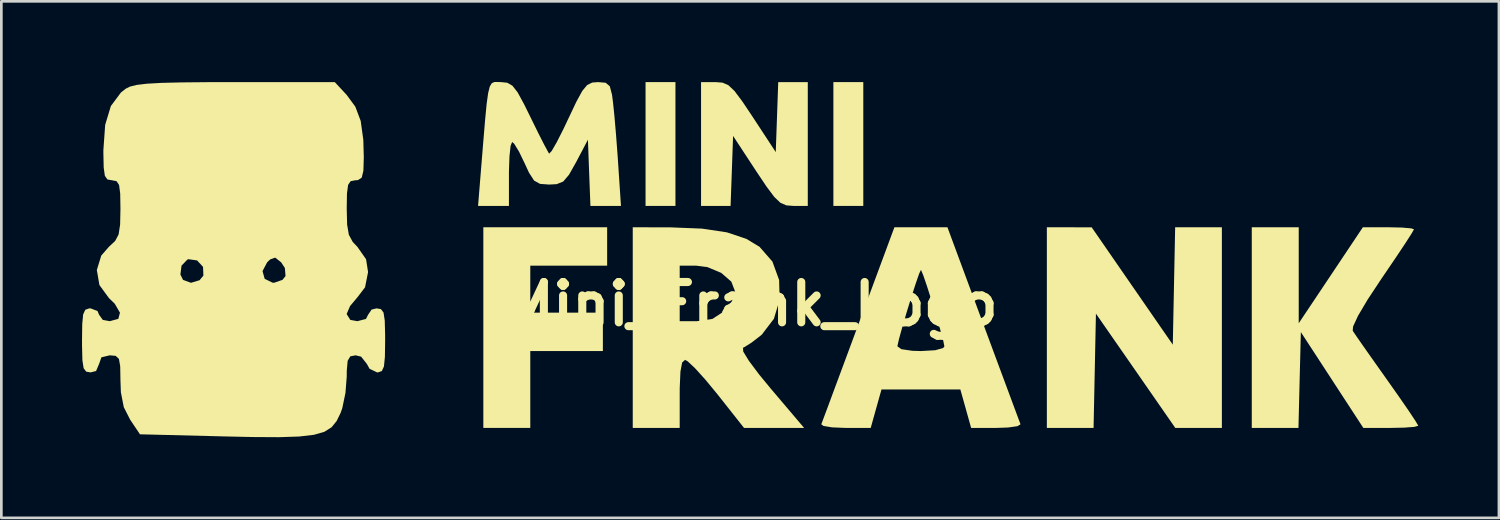
<source format=kicad_pcb>
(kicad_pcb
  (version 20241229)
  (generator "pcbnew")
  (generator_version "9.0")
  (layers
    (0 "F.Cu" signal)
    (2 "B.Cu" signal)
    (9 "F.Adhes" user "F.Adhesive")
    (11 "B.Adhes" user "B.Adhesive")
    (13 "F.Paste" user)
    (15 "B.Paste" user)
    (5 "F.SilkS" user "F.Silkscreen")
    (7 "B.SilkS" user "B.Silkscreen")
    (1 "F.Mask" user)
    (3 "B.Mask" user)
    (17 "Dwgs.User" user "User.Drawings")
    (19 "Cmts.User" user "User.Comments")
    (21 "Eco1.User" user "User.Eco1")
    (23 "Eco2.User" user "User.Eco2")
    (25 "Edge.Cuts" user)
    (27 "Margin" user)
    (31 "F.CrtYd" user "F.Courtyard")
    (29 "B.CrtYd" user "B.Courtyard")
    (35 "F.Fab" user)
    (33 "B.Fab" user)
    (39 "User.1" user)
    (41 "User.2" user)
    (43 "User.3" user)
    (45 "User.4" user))
  (footprint "Mini_Frank_Logo"
    (layer "F.Cu")
    (at 24.924 8.258)
    (property "Reference" "Mini_Frank_Logo" (at 0 0 0) (layer "F.SilkS") (effects (font (size 1.5 1.5) (thickness 0.3))))
    (attr board_only exclude_from_pos_files exclude_from_bom)
    (fp_poly (pts (xy -2.857 -5.953) (xy -2.857 -3.651) (xy -3.413 -3.651) (xy -3.969 -3.651) (xy -3.969 -5.953) (xy -3.969 -8.255) (xy -3.413 -8.255) (xy -2.857 -8.255)) (stroke (width 0) (type solid)) (fill yes) (layer "F.SilkS"))
    (fp_poly (pts (xy 4.128 -5.953) (xy 4.128 -3.651) (xy 3.572 -3.651) (xy 3.016 -3.651) (xy 3.016 -5.953) (xy 3.016 -8.255) (xy 3.572 -8.255) (xy 4.128 -8.255)) (stroke (width 0) (type solid)) (fill yes) (layer "F.SilkS"))
    (fp_poly (pts (xy -5.397 -2.143) (xy -5.397 -1.429) (xy -6.826 -1.429) (xy -8.255 -1.429) (xy -8.255 -0.556) (xy -8.255 0.318) (xy -6.906 0.318) (xy -5.556 0.318) (xy -5.556 1.032) (xy -5.556 1.746) (xy -6.906 1.746) (xy -8.255 1.746) (xy -8.255 3.175) (xy -8.255 4.604) (xy -9.128 4.604) (xy -10.001 4.604) (xy -10.001 0.873) (xy -10.001 -2.857) (xy -7.699 -2.857) (xy -5.397 -2.857)) (stroke (width 0) (type solid)) (fill yes) (layer "F.SilkS"))
    (fp_poly (pts (xy 17.462 0.873) (xy 17.462 4.604) (xy 16.596 4.604) (xy 15.729 4.604) (xy 14.254 2.479) (xy 12.779 0.355) (xy 12.735 2.479) (xy 12.691 4.604) (xy 11.822 4.604) (xy 10.954 4.604) (xy 10.954 0.873) (xy 10.954 -2.857) (xy 11.787 -2.856) (xy 12.621 -2.855) (xy 14.129 -0.673) (xy 15.637 1.508) (xy 15.681 -0.675) (xy 15.725 -2.857) (xy 16.594 -2.857) (xy 17.462 -2.857)) (stroke (width 0) (type solid)) (fill yes) (layer "F.SilkS"))
    (fp_poly (pts (xy -1.109 -8.235) (xy -0.89 -8.141) (xy -0.661 -7.924) (xy -0.369 -7.535) (xy 0.02 -6.954) (xy 0.873 -5.652) (xy 0.919 -6.954) (xy 0.965 -8.255) (xy 1.515 -8.255) (xy 2.064 -8.255) (xy 2.064 -5.953) (xy 2.064 -3.651) (xy 1.528 -3.651) (xy 1.267 -3.671) (xy 1.049 -3.765) (xy 0.82 -3.982) (xy 0.528 -4.372) (xy 0.139 -4.953) (xy -0.714 -6.254) (xy -0.76 -4.953) (xy -0.807 -3.651) (xy -1.356 -3.651) (xy -1.905 -3.651) (xy -1.905 -5.953) (xy -1.905 -8.255) (xy -1.369 -8.255)) (stroke (width 0) (type solid)) (fill yes) (layer "F.SilkS"))
    (fp_poly (pts (xy 20.32 -1.073) (xy 20.32 0.712) (xy 21.513 -1.073) (xy 22.705 -2.857) (xy 23.656 -2.857) (xy 24.158 -2.846) (xy 24.502 -2.816) (xy 24.606 -2.782) (xy 24.521 -2.631) (xy 24.289 -2.269) (xy 23.942 -1.747) (xy 23.513 -1.116) (xy 23.405 -0.958) (xy 22.885 -0.172) (xy 22.526 0.433) (xy 22.341 0.833) (xy 22.327 0.991) (xy 22.462 1.191) (xy 22.742 1.594) (xy 23.127 2.14) (xy 23.576 2.774) (xy 23.607 2.818) (xy 24.046 3.441) (xy 24.409 3.966) (xy 24.659 4.343) (xy 24.764 4.52) (xy 24.765 4.525) (xy 24.62 4.565) (xy 24.242 4.594) (xy 23.743 4.604) (xy 22.722 4.604) (xy 21.56 2.822) (xy 20.399 1.041) (xy 20.354 2.822) (xy 20.31 4.604) (xy 19.442 4.604) (xy 18.574 4.604) (xy 18.574 0.873) (xy 18.574 -2.857) (xy 19.447 -2.857) (xy 20.32 -2.857)) (stroke (width 0) (type solid)) (fill yes) (layer "F.SilkS"))
    (fp_poly (pts (xy -3.056 -2.854) (xy -1.872 -2.807) (xy -0.944 -2.668) (xy -0.221 -2.426) (xy 0.27 -2.13) (xy 0.749 -1.581) (xy 0.998 -0.896) (xy 1.017 -0.159) (xy 0.804 0.545) (xy 0.357 1.132) (xy 0.32 1.164) (xy -0.035 1.438) (xy -0.312 1.61) (xy -0.346 1.624) (xy -0.336 1.766) (xy -0.127 2.108) (xy 0.258 2.622) (xy 0.691 3.147) (xy 1.927 4.604) (xy 0.81 4.604) (xy -0.307 4.604) (xy -1.304 3.343) (xy -1.743 2.811) (xy -2.125 2.388) (xy -2.401 2.128) (xy -2.5 2.073) (xy -2.608 2.173) (xy -2.672 2.511) (xy -2.698 3.12) (xy -2.699 3.334) (xy -2.699 4.604) (xy -3.572 4.604) (xy -4.445 4.604) (xy -4.445 0.873) (xy -4.445 -0.397) (xy -2.699 -0.397) (xy -2.699 0.635) (xy -2.057 0.635) (xy -1.481 0.551) (xy -1.041 0.262) (xy -1.025 0.245) (xy -0.757 -0.109) (xy -0.636 -0.439) (xy -0.635 -0.458) (xy -0.779 -0.834) (xy -1.152 -1.159) (xy -1.666 -1.375) (xy -2.085 -1.429) (xy -2.699 -1.429) (xy -2.699 -0.397) (xy -4.445 -0.397) (xy -4.445 -2.857)) (stroke (width 0) (type solid)) (fill yes) (layer "F.SilkS"))
    (fp_poly (pts (xy 8.589 0.739) (xy 8.963 1.748) (xy 9.301 2.658) (xy 9.587 3.428) (xy 9.805 4.015) (xy 9.939 4.375) (xy 9.975 4.47) (xy 9.86 4.54) (xy 9.509 4.589) (xy 9.083 4.604) (xy 8.138 4.604) (xy 7.938 3.889) (xy 7.737 3.175) (xy 6.271 3.175) (xy 4.804 3.175) (xy 4.604 3.889) (xy 4.404 4.604) (xy 3.459 4.604) (xy 2.969 4.584) (xy 2.648 4.531) (xy 2.566 4.47) (xy 2.634 4.289) (xy 2.797 3.853) (xy 3.037 3.205) (xy 3.341 2.387) (xy 3.644 1.571) (xy 5.397 1.571) (xy 5.546 1.677) (xy 5.955 1.737) (xy 6.271 1.746) (xy 6.799 1.716) (xy 7.097 1.634) (xy 7.144 1.571) (xy 7.101 1.359) (xy 6.989 0.946) (xy 6.834 0.415) (xy 6.66 -0.153) (xy 6.493 -0.677) (xy 6.357 -1.074) (xy 6.277 -1.264) (xy 6.271 -1.27) (xy 6.205 -1.131) (xy 6.079 -0.768) (xy 5.915 -0.263) (xy 5.741 0.303) (xy 5.58 0.848) (xy 5.458 1.291) (xy 5.399 1.549) (xy 5.397 1.571) (xy 3.644 1.571) (xy 3.692 1.441) (xy 3.952 0.739) (xy 5.285 -2.857) (xy 6.271 -2.857) (xy 7.257 -2.857)) (stroke (width 0) (type solid)) (fill yes) (layer "F.SilkS"))
    (fp_poly (pts (xy -9.344 -8.255) (xy -9.11 -8.231) (xy -8.919 -8.121) (xy -8.725 -7.872) (xy -8.482 -7.426) (xy -8.254 -6.963) (xy -7.969 -6.383) (xy -7.734 -5.92) (xy -7.584 -5.642) (xy -7.553 -5.595) (xy -7.458 -5.695) (xy -7.267 -6.027) (xy -7.012 -6.531) (xy -6.844 -6.887) (xy -6.541 -7.526) (xy -6.321 -7.928) (xy -6.139 -8.147) (xy -5.952 -8.238) (xy -5.74 -8.255) (xy -5.453 -8.231) (xy -5.299 -8.102) (xy -5.216 -7.787) (xy -5.179 -7.501) (xy -5.127 -7) (xy -5.067 -6.301) (xy -5.008 -5.526) (xy -4.986 -5.199) (xy -4.883 -3.651) (xy -5.451 -3.651) (xy -6.019 -3.651) (xy -6.066 -4.882) (xy -6.112 -6.112) (xy -6.551 -5.278) (xy -6.816 -4.809) (xy -7.029 -4.559) (xy -7.274 -4.46) (xy -7.553 -4.445) (xy -7.891 -4.47) (xy -8.113 -4.592) (xy -8.303 -4.887) (xy -8.464 -5.235) (xy -8.676 -5.673) (xy -8.853 -5.962) (xy -8.93 -6.029) (xy -8.987 -5.885) (xy -9.029 -5.501) (xy -9.048 -4.954) (xy -9.049 -4.842) (xy -9.049 -3.651) (xy -9.623 -3.651) (xy -10.197 -3.651) (xy -10.097 -4.882) (xy -10.006 -5.999) (xy -9.936 -6.84) (xy -9.878 -7.442) (xy -9.822 -7.846) (xy -9.761 -8.091) (xy -9.686 -8.215) (xy -9.587 -8.258) (xy -9.456 -8.258)) (stroke (width 0) (type solid)) (fill yes) (layer "F.SilkS"))
    (fp_poly (pts (xy -15.087 -7.784) (xy -14.761 -7.342) (xy -14.561 -6.811) (xy -14.464 -6.108) (xy -14.446 -5.457) (xy -14.461 -4.959) (xy -14.523 -4.703) (xy -14.661 -4.611) (xy -14.764 -4.604) (xy -14.934 -4.572) (xy -15.03 -4.431) (xy -15.072 -4.111) (xy -15.081 -3.55) (xy -15.066 -2.955) (xy -15.001 -2.575) (xy -14.857 -2.311) (xy -14.684 -2.129) (xy -14.362 -1.669) (xy -14.287 -1.191) (xy -14.4 -0.623) (xy -14.684 -0.252) (xy -14.957 0.073) (xy -15.081 0.361) (xy -15.081 0.375) (xy -14.947 0.588) (xy -14.684 0.635) (xy -14.365 0.552) (xy -14.287 0.397) (xy -14.155 0.203) (xy -13.97 0.159) (xy -13.808 0.187) (xy -13.712 0.315) (xy -13.667 0.609) (xy -13.653 1.135) (xy -13.652 1.349) (xy -13.661 1.96) (xy -13.697 2.319) (xy -13.776 2.49) (xy -13.916 2.539) (xy -13.951 2.54) (xy -14.231 2.406) (xy -14.333 2.223) (xy -14.546 1.954) (xy -14.749 1.905) (xy -14.947 1.942) (xy -15.046 2.108) (xy -15.079 2.479) (xy -15.081 2.704) (xy -15.128 3.303) (xy -15.246 3.869) (xy -15.307 4.043) (xy -15.456 4.348) (xy -15.644 4.58) (xy -15.911 4.748) (xy -16.299 4.86) (xy -16.848 4.924) (xy -17.598 4.949) (xy -18.592 4.943) (xy -19.6 4.921) (xy -22.769 4.842) (xy -23.132 4.302) (xy -23.371 3.834) (xy -23.479 3.278) (xy -23.495 2.834) (xy -23.504 2.314) (xy -23.552 2.036) (xy -23.672 1.925) (xy -23.892 1.905) (xy -24.203 1.979) (xy -24.289 2.223) (xy -24.401 2.488) (xy -24.606 2.54) (xy -24.769 2.512) (xy -24.864 2.384) (xy -24.91 2.09) (xy -24.923 1.564) (xy -24.924 1.349) (xy -24.916 0.741) (xy -24.882 0.383) (xy -24.804 0.212) (xy -24.663 0.161) (xy -24.606 0.159) (xy -24.348 0.258) (xy -24.289 0.397) (xy -24.151 0.588) (xy -23.892 0.635) (xy -23.574 0.549) (xy -23.513 0.32) (xy -23.706 -0.012) (xy -23.924 -0.225) (xy -24.278 -0.709) (xy -24.344 -1.1) (xy -21.266 -1.1) (xy -21.167 -0.9) (xy -20.872 -0.792) (xy -20.553 -0.888) (xy -20.411 -1.06) (xy -20.417 -1.228) (xy -18.212 -1.228) (xy -18.132 -0.94) (xy -17.837 -0.796) (xy -17.78 -0.794) (xy -17.47 -0.901) (xy -17.356 -1.044) (xy -17.381 -1.343) (xy -17.52 -1.554) (xy -17.742 -1.729) (xy -17.928 -1.661) (xy -18.04 -1.554) (xy -18.212 -1.228) (xy -20.417 -1.228) (xy -20.424 -1.384) (xy -20.645 -1.624) (xy -20.964 -1.669) (xy -21.006 -1.656) (xy -21.224 -1.43) (xy -21.266 -1.1) (xy -24.344 -1.1) (xy -24.373 -1.267) (xy -24.209 -1.804) (xy -23.924 -2.131) (xy -23.692 -2.347) (xy -23.563 -2.591) (xy -23.507 -2.96) (xy -23.495 -3.538) (xy -23.504 -4.108) (xy -23.546 -4.429) (xy -23.64 -4.571) (xy -23.809 -4.604) (xy -23.812 -4.604) (xy -23.979 -4.634) (xy -24.074 -4.768) (xy -24.118 -5.075) (xy -24.13 -5.622) (xy -24.13 -5.723) (xy -24.063 -6.666) (xy -23.851 -7.366) (xy -23.477 -7.868) (xy -23.302 -8.007) (xy -23.141 -8.088) (xy -22.892 -8.15) (xy -22.517 -8.195) (xy -21.974 -8.226) (xy -21.225 -8.244) (xy -20.23 -8.253) (xy -19.237 -8.255) (xy -15.526 -8.255)) (stroke (width 0) (type solid)) (fill yes) (layer "F.SilkS")))
  (gr_rect
    (start -3 -3)
    (end 52.689 16.208)
    (stroke (width 0.1) (type default))
    (fill no)
    (layer "Edge.Cuts")))
</source>
